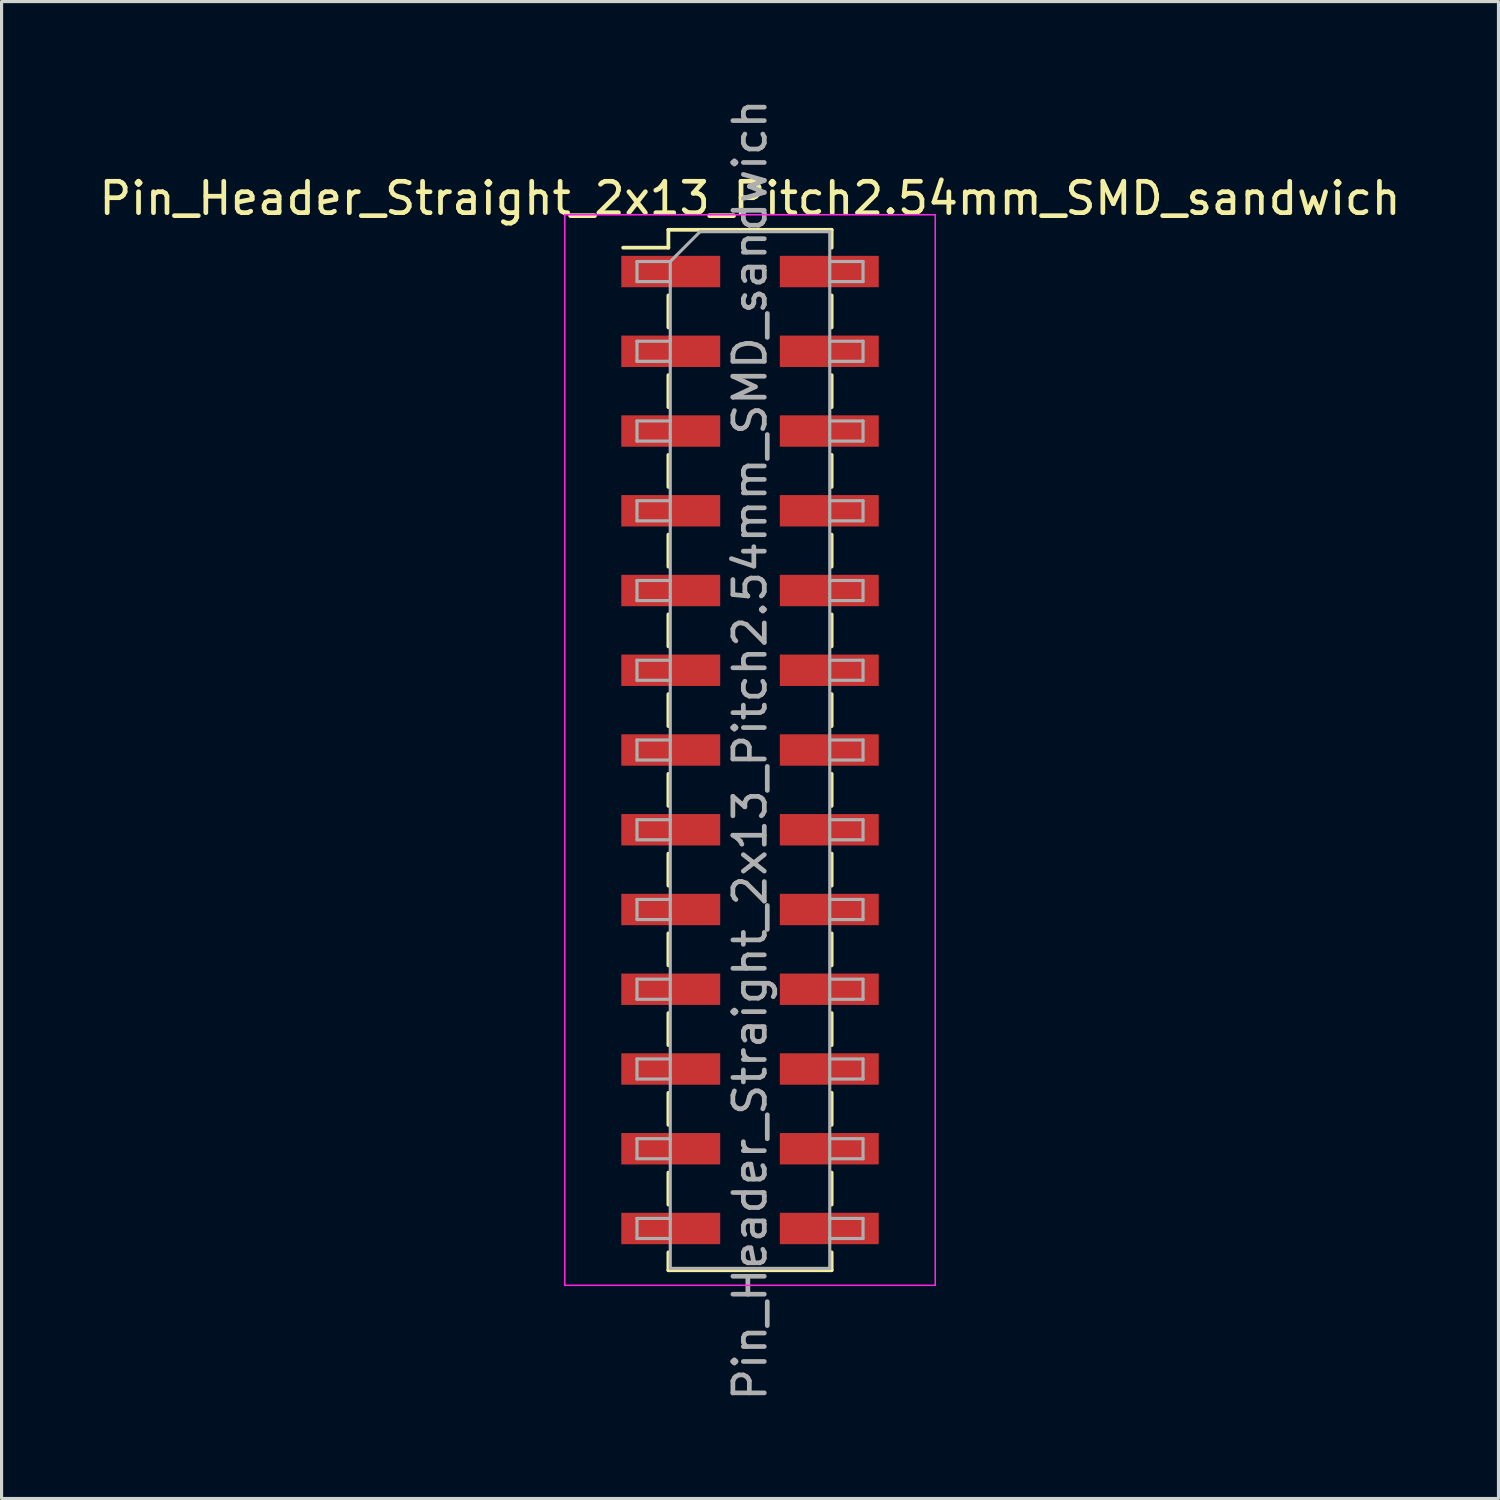
<source format=kicad_pcb>
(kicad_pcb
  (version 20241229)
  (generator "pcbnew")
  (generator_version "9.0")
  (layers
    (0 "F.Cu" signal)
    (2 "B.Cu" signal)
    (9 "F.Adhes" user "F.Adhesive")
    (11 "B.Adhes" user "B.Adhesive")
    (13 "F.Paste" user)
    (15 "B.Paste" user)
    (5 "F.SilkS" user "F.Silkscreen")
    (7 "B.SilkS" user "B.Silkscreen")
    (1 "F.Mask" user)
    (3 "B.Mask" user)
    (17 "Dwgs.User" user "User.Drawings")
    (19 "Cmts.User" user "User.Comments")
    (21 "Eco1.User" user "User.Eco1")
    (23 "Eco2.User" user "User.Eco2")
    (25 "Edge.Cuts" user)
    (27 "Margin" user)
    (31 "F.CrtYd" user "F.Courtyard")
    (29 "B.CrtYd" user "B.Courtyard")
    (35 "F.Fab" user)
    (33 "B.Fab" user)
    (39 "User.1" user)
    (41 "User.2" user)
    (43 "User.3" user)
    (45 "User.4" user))
  (footprint "Pin_Header_Straight_2x13_Pitch2.54mm_SMD_sandwich"
    (layer "F.Cu")
    (at 20.839 20.839)
    (property "Reference" "Pin_Header_Straight_2x13_Pitch2.54mm_SMD_sandwich" (at 0 -17.57 0) (layer "F.SilkS") (effects (font (size 1 1) (thickness 0.15))))
    (attr smd)
    (fp_line (start -4.04 -16) (end -2.6 -16) (stroke (width 0.12) (type solid)) (layer "F.SilkS"))
    (fp_line (start -2.6 -16.57) (end -2.6 -16) (stroke (width 0.12) (type solid)) (layer "F.SilkS"))
    (fp_line (start -2.6 -16.57) (end 2.6 -16.57) (stroke (width 0.12) (type solid)) (layer "F.SilkS"))
    (fp_line (start -2.6 -14.48) (end -2.6 -13.46) (stroke (width 0.12) (type solid)) (layer "F.SilkS"))
    (fp_line (start -2.6 -11.94) (end -2.6 -10.92) (stroke (width 0.12) (type solid)) (layer "F.SilkS"))
    (fp_line (start -2.6 -9.4) (end -2.6 -8.38) (stroke (width 0.12) (type solid)) (layer "F.SilkS"))
    (fp_line (start -2.6 -6.86) (end -2.6 -5.84) (stroke (width 0.12) (type solid)) (layer "F.SilkS"))
    (fp_line (start -2.6 -4.32) (end -2.6 -3.3) (stroke (width 0.12) (type solid)) (layer "F.SilkS"))
    (fp_line (start -2.6 -1.78) (end -2.6 -0.76) (stroke (width 0.12) (type solid)) (layer "F.SilkS"))
    (fp_line (start -2.6 0.76) (end -2.6 1.78) (stroke (width 0.12) (type solid)) (layer "F.SilkS"))
    (fp_line (start -2.6 3.3) (end -2.6 4.32) (stroke (width 0.12) (type solid)) (layer "F.SilkS"))
    (fp_line (start -2.6 5.84) (end -2.6 6.86) (stroke (width 0.12) (type solid)) (layer "F.SilkS"))
    (fp_line (start -2.6 8.38) (end -2.6 9.4) (stroke (width 0.12) (type solid)) (layer "F.SilkS"))
    (fp_line (start -2.6 10.92) (end -2.6 11.94) (stroke (width 0.12) (type solid)) (layer "F.SilkS"))
    (fp_line (start -2.6 13.46) (end -2.6 14.48) (stroke (width 0.12) (type solid)) (layer "F.SilkS"))
    (fp_line (start -2.6 16) (end -2.6 16.57) (stroke (width 0.12) (type solid)) (layer "F.SilkS"))
    (fp_line (start -2.6 16.57) (end 2.6 16.57) (stroke (width 0.12) (type solid)) (layer "F.SilkS"))
    (fp_line (start 2.6 -16.57) (end 2.6 -16) (stroke (width 0.12) (type solid)) (layer "F.SilkS"))
    (fp_line (start 2.6 -14.48) (end 2.6 -13.46) (stroke (width 0.12) (type solid)) (layer "F.SilkS"))
    (fp_line (start 2.6 -11.94) (end 2.6 -10.92) (stroke (width 0.12) (type solid)) (layer "F.SilkS"))
    (fp_line (start 2.6 -9.4) (end 2.6 -8.38) (stroke (width 0.12) (type solid)) (layer "F.SilkS"))
    (fp_line (start 2.6 -6.86) (end 2.6 -5.84) (stroke (width 0.12) (type solid)) (layer "F.SilkS"))
    (fp_line (start 2.6 -4.32) (end 2.6 -3.3) (stroke (width 0.12) (type solid)) (layer "F.SilkS"))
    (fp_line (start 2.6 -1.78) (end 2.6 -0.76) (stroke (width 0.12) (type solid)) (layer "F.SilkS"))
    (fp_line (start 2.6 0.76) (end 2.6 1.78) (stroke (width 0.12) (type solid)) (layer "F.SilkS"))
    (fp_line (start 2.6 3.3) (end 2.6 4.32) (stroke (width 0.12) (type solid)) (layer "F.SilkS"))
    (fp_line (start 2.6 5.84) (end 2.6 6.86) (stroke (width 0.12) (type solid)) (layer "F.SilkS"))
    (fp_line (start 2.6 8.38) (end 2.6 9.4) (stroke (width 0.12) (type solid)) (layer "F.SilkS"))
    (fp_line (start 2.6 10.92) (end 2.6 11.94) (stroke (width 0.12) (type solid)) (layer "F.SilkS"))
    (fp_line (start 2.6 13.46) (end 2.6 14.48) (stroke (width 0.12) (type solid)) (layer "F.SilkS"))
    (fp_line (start 2.6 16) (end 2.6 16.57) (stroke (width 0.12) (type solid)) (layer "F.SilkS"))
    (fp_line (start -5.9 -17.05) (end -5.9 17.05) (stroke (width 0.05) (type solid)) (layer "F.CrtYd"))
    (fp_line (start -5.9 17.05) (end 5.9 17.05) (stroke (width 0.05) (type solid)) (layer "F.CrtYd"))
    (fp_line (start 5.9 -17.05) (end -5.9 -17.05) (stroke (width 0.05) (type solid)) (layer "F.CrtYd"))
    (fp_line (start 5.9 17.05) (end 5.9 -17.05) (stroke (width 0.05) (type solid)) (layer "F.CrtYd"))
    (fp_line (start -3.6 -15.56) (end -3.6 -14.92) (stroke (width 0.1) (type solid)) (layer "F.Fab"))
    (fp_line (start -3.6 -14.92) (end -2.54 -14.92) (stroke (width 0.1) (type solid)) (layer "F.Fab"))
    (fp_line (start -3.6 -13.02) (end -3.6 -12.38) (stroke (width 0.1) (type solid)) (layer "F.Fab"))
    (fp_line (start -3.6 -12.38) (end -2.54 -12.38) (stroke (width 0.1) (type solid)) (layer "F.Fab"))
    (fp_line (start -3.6 -10.48) (end -3.6 -9.84) (stroke (width 0.1) (type solid)) (layer "F.Fab"))
    (fp_line (start -3.6 -9.84) (end -2.54 -9.84) (stroke (width 0.1) (type solid)) (layer "F.Fab"))
    (fp_line (start -3.6 -7.94) (end -3.6 -7.3) (stroke (width 0.1) (type solid)) (layer "F.Fab"))
    (fp_line (start -3.6 -7.3) (end -2.54 -7.3) (stroke (width 0.1) (type solid)) (layer "F.Fab"))
    (fp_line (start -3.6 -5.4) (end -3.6 -4.76) (stroke (width 0.1) (type solid)) (layer "F.Fab"))
    (fp_line (start -3.6 -4.76) (end -2.54 -4.76) (stroke (width 0.1) (type solid)) (layer "F.Fab"))
    (fp_line (start -3.6 -2.86) (end -3.6 -2.22) (stroke (width 0.1) (type solid)) (layer "F.Fab"))
    (fp_line (start -3.6 -2.22) (end -2.54 -2.22) (stroke (width 0.1) (type solid)) (layer "F.Fab"))
    (fp_line (start -3.6 -0.32) (end -3.6 0.32) (stroke (width 0.1) (type solid)) (layer "F.Fab"))
    (fp_line (start -3.6 0.32) (end -2.54 0.32) (stroke (width 0.1) (type solid)) (layer "F.Fab"))
    (fp_line (start -3.6 2.22) (end -3.6 2.86) (stroke (width 0.1) (type solid)) (layer "F.Fab"))
    (fp_line (start -3.6 2.86) (end -2.54 2.86) (stroke (width 0.1) (type solid)) (layer "F.Fab"))
    (fp_line (start -3.6 4.76) (end -3.6 5.4) (stroke (width 0.1) (type solid)) (layer "F.Fab"))
    (fp_line (start -3.6 5.4) (end -2.54 5.4) (stroke (width 0.1) (type solid)) (layer "F.Fab"))
    (fp_line (start -3.6 7.3) (end -3.6 7.94) (stroke (width 0.1) (type solid)) (layer "F.Fab"))
    (fp_line (start -3.6 7.94) (end -2.54 7.94) (stroke (width 0.1) (type solid)) (layer "F.Fab"))
    (fp_line (start -3.6 9.84) (end -3.6 10.48) (stroke (width 0.1) (type solid)) (layer "F.Fab"))
    (fp_line (start -3.6 10.48) (end -2.54 10.48) (stroke (width 0.1) (type solid)) (layer "F.Fab"))
    (fp_line (start -3.6 12.38) (end -3.6 13.02) (stroke (width 0.1) (type solid)) (layer "F.Fab"))
    (fp_line (start -3.6 13.02) (end -2.54 13.02) (stroke (width 0.1) (type solid)) (layer "F.Fab"))
    (fp_line (start -3.6 14.92) (end -3.6 15.56) (stroke (width 0.1) (type solid)) (layer "F.Fab"))
    (fp_line (start -3.6 15.56) (end -2.54 15.56) (stroke (width 0.1) (type solid)) (layer "F.Fab"))
    (fp_line (start -2.54 -15.56) (end -3.6 -15.56) (stroke (width 0.1) (type solid)) (layer "F.Fab"))
    (fp_line (start -2.54 -15.56) (end -1.59 -16.51) (stroke (width 0.1) (type solid)) (layer "F.Fab"))
    (fp_line (start -2.54 -13.02) (end -3.6 -13.02) (stroke (width 0.1) (type solid)) (layer "F.Fab"))
    (fp_line (start -2.54 -10.48) (end -3.6 -10.48) (stroke (width 0.1) (type solid)) (layer "F.Fab"))
    (fp_line (start -2.54 -7.94) (end -3.6 -7.94) (stroke (width 0.1) (type solid)) (layer "F.Fab"))
    (fp_line (start -2.54 -5.4) (end -3.6 -5.4) (stroke (width 0.1) (type solid)) (layer "F.Fab"))
    (fp_line (start -2.54 -2.86) (end -3.6 -2.86) (stroke (width 0.1) (type solid)) (layer "F.Fab"))
    (fp_line (start -2.54 -0.32) (end -3.6 -0.32) (stroke (width 0.1) (type solid)) (layer "F.Fab"))
    (fp_line (start -2.54 2.22) (end -3.6 2.22) (stroke (width 0.1) (type solid)) (layer "F.Fab"))
    (fp_line (start -2.54 4.76) (end -3.6 4.76) (stroke (width 0.1) (type solid)) (layer "F.Fab"))
    (fp_line (start -2.54 7.3) (end -3.6 7.3) (stroke (width 0.1) (type solid)) (layer "F.Fab"))
    (fp_line (start -2.54 9.84) (end -3.6 9.84) (stroke (width 0.1) (type solid)) (layer "F.Fab"))
    (fp_line (start -2.54 12.38) (end -3.6 12.38) (stroke (width 0.1) (type solid)) (layer "F.Fab"))
    (fp_line (start -2.54 14.92) (end -3.6 14.92) (stroke (width 0.1) (type solid)) (layer "F.Fab"))
    (fp_line (start -2.54 16.51) (end -2.54 -15.56) (stroke (width 0.1) (type solid)) (layer "F.Fab"))
    (fp_line (start -1.59 -16.51) (end 2.54 -16.51) (stroke (width 0.1) (type solid)) (layer "F.Fab"))
    (fp_line (start 2.54 -16.51) (end 2.54 16.51) (stroke (width 0.1) (type solid)) (layer "F.Fab"))
    (fp_line (start 2.54 -15.56) (end 3.6 -15.56) (stroke (width 0.1) (type solid)) (layer "F.Fab"))
    (fp_line (start 2.54 -13.02) (end 3.6 -13.02) (stroke (width 0.1) (type solid)) (layer "F.Fab"))
    (fp_line (start 2.54 -10.48) (end 3.6 -10.48) (stroke (width 0.1) (type solid)) (layer "F.Fab"))
    (fp_line (start 2.54 -7.94) (end 3.6 -7.94) (stroke (width 0.1) (type solid)) (layer "F.Fab"))
    (fp_line (start 2.54 -5.4) (end 3.6 -5.4) (stroke (width 0.1) (type solid)) (layer "F.Fab"))
    (fp_line (start 2.54 -2.86) (end 3.6 -2.86) (stroke (width 0.1) (type solid)) (layer "F.Fab"))
    (fp_line (start 2.54 -0.32) (end 3.6 -0.32) (stroke (width 0.1) (type solid)) (layer "F.Fab"))
    (fp_line (start 2.54 2.22) (end 3.6 2.22) (stroke (width 0.1) (type solid)) (layer "F.Fab"))
    (fp_line (start 2.54 4.76) (end 3.6 4.76) (stroke (width 0.1) (type solid)) (layer "F.Fab"))
    (fp_line (start 2.54 7.3) (end 3.6 7.3) (stroke (width 0.1) (type solid)) (layer "F.Fab"))
    (fp_line (start 2.54 9.84) (end 3.6 9.84) (stroke (width 0.1) (type solid)) (layer "F.Fab"))
    (fp_line (start 2.54 12.38) (end 3.6 12.38) (stroke (width 0.1) (type solid)) (layer "F.Fab"))
    (fp_line (start 2.54 14.92) (end 3.6 14.92) (stroke (width 0.1) (type solid)) (layer "F.Fab"))
    (fp_line (start 2.54 16.51) (end -2.54 16.51) (stroke (width 0.1) (type solid)) (layer "F.Fab"))
    (fp_line (start 3.6 -15.56) (end 3.6 -14.92) (stroke (width 0.1) (type solid)) (layer "F.Fab"))
    (fp_line (start 3.6 -14.92) (end 2.54 -14.92) (stroke (width 0.1) (type solid)) (layer "F.Fab"))
    (fp_line (start 3.6 -13.02) (end 3.6 -12.38) (stroke (width 0.1) (type solid)) (layer "F.Fab"))
    (fp_line (start 3.6 -12.38) (end 2.54 -12.38) (stroke (width 0.1) (type solid)) (layer "F.Fab"))
    (fp_line (start 3.6 -10.48) (end 3.6 -9.84) (stroke (width 0.1) (type solid)) (layer "F.Fab"))
    (fp_line (start 3.6 -9.84) (end 2.54 -9.84) (stroke (width 0.1) (type solid)) (layer "F.Fab"))
    (fp_line (start 3.6 -7.94) (end 3.6 -7.3) (stroke (width 0.1) (type solid)) (layer "F.Fab"))
    (fp_line (start 3.6 -7.3) (end 2.54 -7.3) (stroke (width 0.1) (type solid)) (layer "F.Fab"))
    (fp_line (start 3.6 -5.4) (end 3.6 -4.76) (stroke (width 0.1) (type solid)) (layer "F.Fab"))
    (fp_line (start 3.6 -4.76) (end 2.54 -4.76) (stroke (width 0.1) (type solid)) (layer "F.Fab"))
    (fp_line (start 3.6 -2.86) (end 3.6 -2.22) (stroke (width 0.1) (type solid)) (layer "F.Fab"))
    (fp_line (start 3.6 -2.22) (end 2.54 -2.22) (stroke (width 0.1) (type solid)) (layer "F.Fab"))
    (fp_line (start 3.6 -0.32) (end 3.6 0.32) (stroke (width 0.1) (type solid)) (layer "F.Fab"))
    (fp_line (start 3.6 0.32) (end 2.54 0.32) (stroke (width 0.1) (type solid)) (layer "F.Fab"))
    (fp_line (start 3.6 2.22) (end 3.6 2.86) (stroke (width 0.1) (type solid)) (layer "F.Fab"))
    (fp_line (start 3.6 2.86) (end 2.54 2.86) (stroke (width 0.1) (type solid)) (layer "F.Fab"))
    (fp_line (start 3.6 4.76) (end 3.6 5.4) (stroke (width 0.1) (type solid)) (layer "F.Fab"))
    (fp_line (start 3.6 5.4) (end 2.54 5.4) (stroke (width 0.1) (type solid)) (layer "F.Fab"))
    (fp_line (start 3.6 7.3) (end 3.6 7.94) (stroke (width 0.1) (type solid)) (layer "F.Fab"))
    (fp_line (start 3.6 7.94) (end 2.54 7.94) (stroke (width 0.1) (type solid)) (layer "F.Fab"))
    (fp_line (start 3.6 9.84) (end 3.6 10.48) (stroke (width 0.1) (type solid)) (layer "F.Fab"))
    (fp_line (start 3.6 10.48) (end 2.54 10.48) (stroke (width 0.1) (type solid)) (layer "F.Fab"))
    (fp_line (start 3.6 12.38) (end 3.6 13.02) (stroke (width 0.1) (type solid)) (layer "F.Fab"))
    (fp_line (start 3.6 13.02) (end 2.54 13.02) (stroke (width 0.1) (type solid)) (layer "F.Fab"))
    (fp_line (start 3.6 14.92) (end 3.6 15.56) (stroke (width 0.1) (type solid)) (layer "F.Fab"))
    (fp_line (start 3.6 15.56) (end 2.54 15.56) (stroke (width 0.1) (type solid)) (layer "F.Fab"))
    (fp_text user "${REFERENCE}" (at 0 0 90) (layer "F.Fab") (effects (font (size 1 1) (thickness 0.15))))
    (pad "1" smd rect (at 2.525 -15.24) (size 3.15 1) (layers "F.Cu" "F.Mask" "F.Paste"))
    (pad "2" smd rect (at -2.525 -15.24) (size 3.15 1) (layers "F.Cu" "F.Mask" "F.Paste"))
    (pad "3" smd rect (at 2.525 -12.7) (size 3.15 1) (layers "F.Cu" "F.Mask" "F.Paste"))
    (pad "4" smd rect (at -2.525 -12.7) (size 3.15 1) (layers "F.Cu" "F.Mask" "F.Paste"))
    (pad "5" smd rect (at 2.525 -10.16) (size 3.15 1) (layers "F.Cu" "F.Mask" "F.Paste"))
    (pad "6" smd rect (at -2.525 -10.16) (size 3.15 1) (layers "F.Cu" "F.Mask" "F.Paste"))
    (pad "7" smd rect (at 2.525 -7.62) (size 3.15 1) (layers "F.Cu" "F.Mask" "F.Paste"))
    (pad "8" smd rect (at -2.525 -7.62) (size 3.15 1) (layers "F.Cu" "F.Mask" "F.Paste"))
    (pad "9" smd rect (at 2.525 -5.08) (size 3.15 1) (layers "F.Cu" "F.Mask" "F.Paste"))
    (pad "10" smd rect (at -2.525 -5.08) (size 3.15 1) (layers "F.Cu" "F.Mask" "F.Paste"))
    (pad "11" smd rect (at 2.525 -2.54) (size 3.15 1) (layers "F.Cu" "F.Mask" "F.Paste"))
    (pad "12" smd rect (at -2.525 -2.54) (size 3.15 1) (layers "F.Cu" "F.Mask" "F.Paste"))
    (pad "13" smd rect (at 2.525 0) (size 3.15 1) (layers "F.Cu" "F.Mask" "F.Paste"))
    (pad "14" smd rect (at -2.525 0) (size 3.15 1) (layers "F.Cu" "F.Mask" "F.Paste"))
    (pad "15" smd rect (at 2.525 2.54) (size 3.15 1) (layers "F.Cu" "F.Mask" "F.Paste"))
    (pad "16" smd rect (at -2.525 2.54) (size 3.15 1) (layers "F.Cu" "F.Mask" "F.Paste"))
    (pad "17" smd rect (at 2.525 5.08) (size 3.15 1) (layers "F.Cu" "F.Mask" "F.Paste"))
    (pad "18" smd rect (at -2.525 5.08) (size 3.15 1) (layers "F.Cu" "F.Mask" "F.Paste"))
    (pad "19" smd rect (at 2.525 7.62) (size 3.15 1) (layers "F.Cu" "F.Mask" "F.Paste"))
    (pad "20" smd rect (at -2.525 7.62) (size 3.15 1) (layers "F.Cu" "F.Mask" "F.Paste"))
    (pad "21" smd rect (at 2.525 10.16) (size 3.15 1) (layers "F.Cu" "F.Mask" "F.Paste"))
    (pad "22" smd rect (at -2.525 10.16) (size 3.15 1) (layers "F.Cu" "F.Mask" "F.Paste"))
    (pad "23" smd rect (at 2.525 12.7) (size 3.15 1) (layers "F.Cu" "F.Mask" "F.Paste"))
    (pad "24" smd rect (at -2.525 12.7) (size 3.15 1) (layers "F.Cu" "F.Mask" "F.Paste"))
    (pad "25" smd rect (at 2.525 15.24) (size 3.15 1) (layers "F.Cu" "F.Mask" "F.Paste"))
    (pad "26" smd rect (at -2.525 15.24) (size 3.15 1) (layers "F.Cu" "F.Mask" "F.Paste")))
  (gr_rect
    (start -3 -3)
    (end 44.679 44.679)
    (stroke (width 0.1) (type default))
    (fill no)
    (layer "Edge.Cuts")))
</source>
